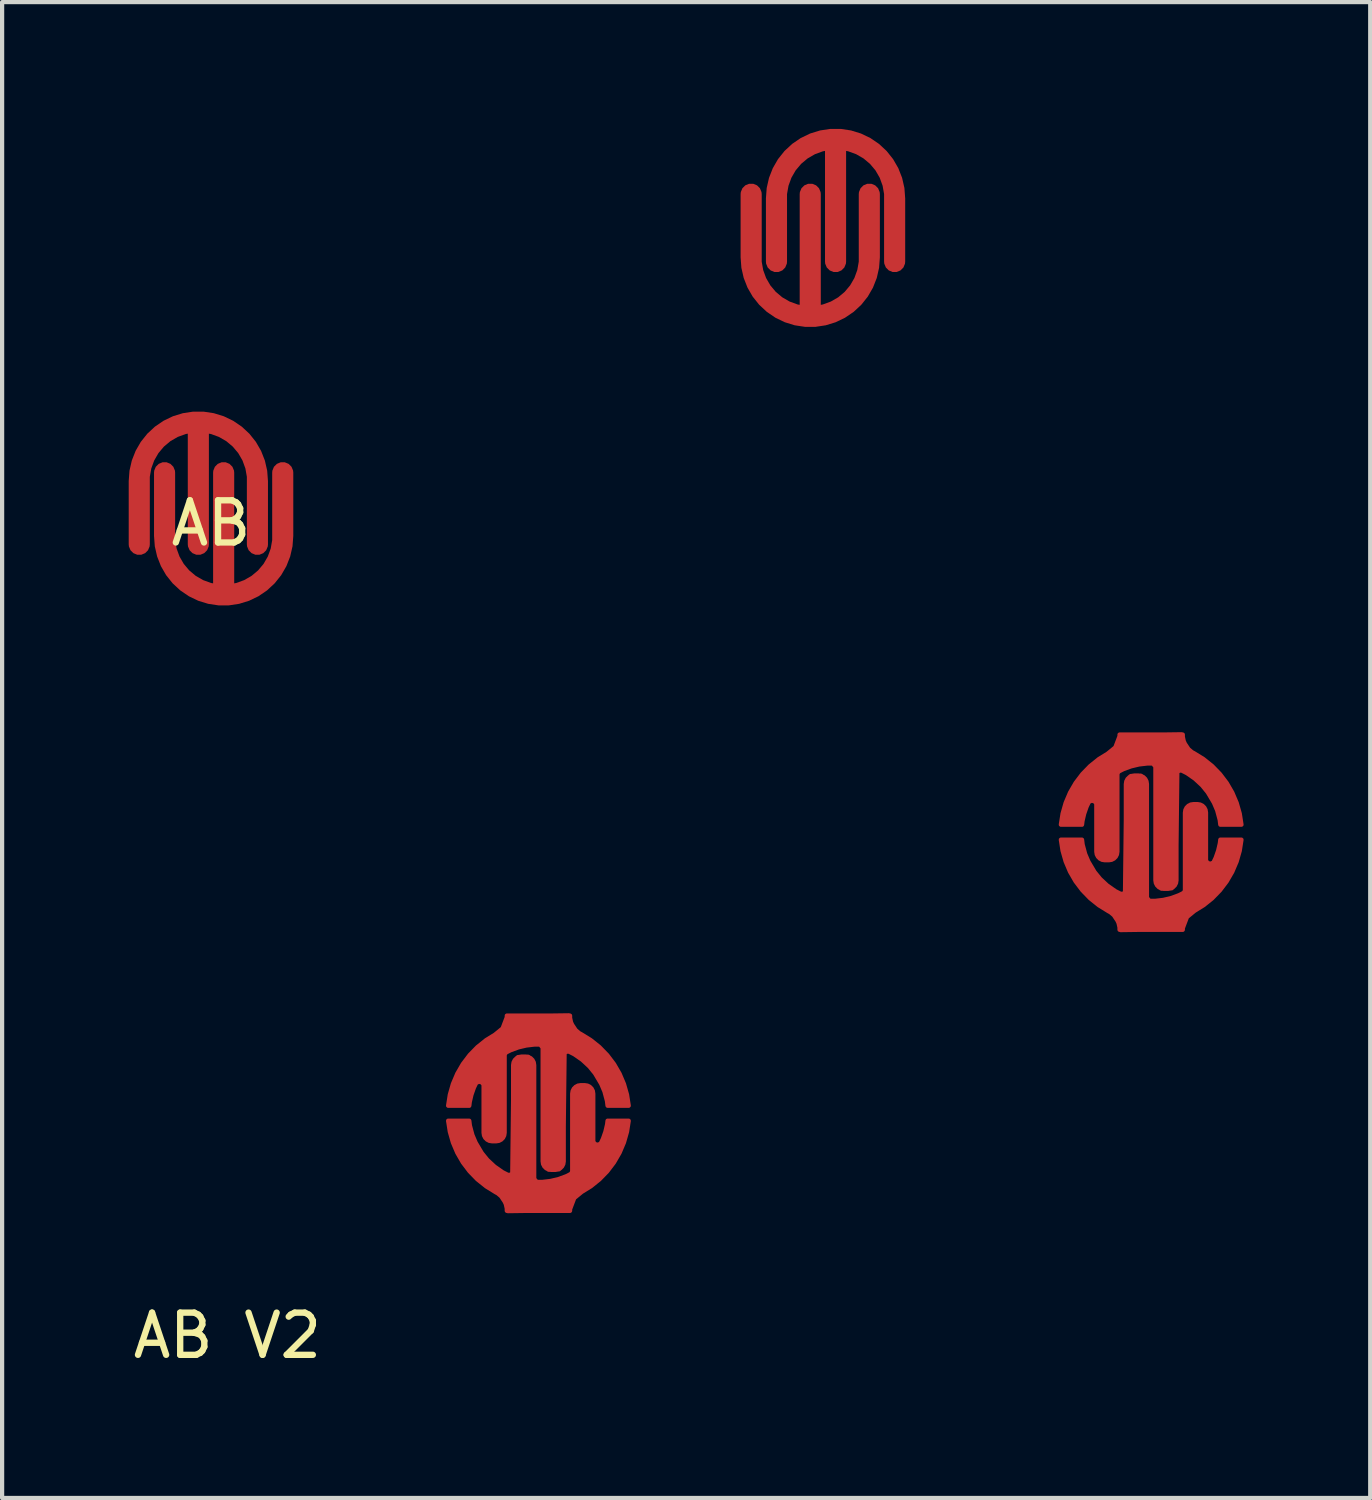
<source format=kicad_pcb>
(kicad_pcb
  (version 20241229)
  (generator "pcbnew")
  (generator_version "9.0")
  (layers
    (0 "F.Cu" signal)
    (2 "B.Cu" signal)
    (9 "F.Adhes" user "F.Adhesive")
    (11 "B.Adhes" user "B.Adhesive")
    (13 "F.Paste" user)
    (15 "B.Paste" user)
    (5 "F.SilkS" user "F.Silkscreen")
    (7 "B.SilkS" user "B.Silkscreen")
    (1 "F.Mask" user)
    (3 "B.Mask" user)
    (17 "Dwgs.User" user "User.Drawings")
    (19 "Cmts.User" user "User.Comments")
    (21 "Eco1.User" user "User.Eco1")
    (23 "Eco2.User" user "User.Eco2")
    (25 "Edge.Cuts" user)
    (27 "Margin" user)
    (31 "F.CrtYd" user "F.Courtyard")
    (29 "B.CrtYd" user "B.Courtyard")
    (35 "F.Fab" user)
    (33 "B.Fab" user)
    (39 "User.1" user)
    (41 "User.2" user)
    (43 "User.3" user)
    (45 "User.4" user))
  (footprint "AB V2"
    (layer "F.Cu")
    (at 9.709 23.32)
    (property "Reference" "AB V2" (at -7.37 5.28 0) (layer "F.SilkS") (effects (font (size 1 1) (thickness 0.15))))
    (attr through_hole)
    (pad "1" smd custom (at 14.62 -8.76 90) (size 0.5 0.5) (layers "F.Cu" "F.Mask" "F.Paste") (options (anchor circle)) (primitives (gr_poly (pts (xy -1.92 -2.22) (xy -1.21 -2.02) (xy -0.73 -1.72) (xy -0.47 -1.43) (xy -0.28 -1.17) (xy -0.1 -0.95) (xy 0.19 -0.84) (xy 0.21 0.63) (xy 0.03 0.67) (xy -0.21 0.83) (xy -0.51 1.28) (xy -0.97 1.69) (xy -1.48 1.93) (xy -1.89 2.01) (xy -1.92 1.92) (xy -1.92 1.55) (xy -1.52 1.45) (xy -1.03 1.16) (xy -0.67 0.73) (xy -0.62 0.6) (xy -0.68 0.52) (xy -3.29 0.49) (xy -3.44 0.39) (xy -3.45 0.14) (xy -3.33 0.02) (xy -0.58 0.02) (xy -0.47 -0.07) (xy -0.48 -0.4) (xy -0.63 -0.85) (xy -0.71 -0.92) (xy -2.61 -0.93) (xy -2.73 -1) (xy -2.76 -1.21) (xy -2.72 -1.32) (xy -2.64 -1.37) (xy -1.45 -1.37) (xy -1.34 -1.46) (xy -1.36 -1.58) (xy -1.67 -1.72) (xy -1.89 -1.75) (xy -1.93 -2.1)) (width 0.1) (fill yes)) (gr_line (start -1.933 1.538) (end -1.933 2.041) (width 0.1)) (gr_arc (start -0.482931 -0.099999) (mid -0.51222 -0.029288) (end -0.582931 0.000001) (width 0.1)) (gr_arc (start -1.424831 -1.590334) (mid -1.370171 -1.478015) (end -1.467725 -1.399999) (width 0.1)) (gr_arc (start -2.775193 -1.200001) (mid -2.716614 -1.341421) (end -2.575193 -1.399999) (width 0.1)) (gr_arc (start -3.452969 0.199999) (mid -3.39439 0.058579) (end -3.252969 0.000001) (width 0.1)) (gr_line (start -3.453 0.2) (end -3.453 0.3) (width 0.1)) (gr_arc (start 0.204123 -0.85) (mid -0.053078 -0.920991) (end -0.237147 -1.11415) (width 0.1)) (gr_arc (start -0.660164 -0.843946) (mid -0.527851 -0.482383) (end -0.482931 -0.099999) (width 0.1)) (gr_line (start -2.775 -1.2) (end -2.775 -1.1) (width 0.1)) (gr_line (start -2.575 -0.9) (end -0.75 -0.9) (width 0.1)) (gr_arc (start -1.934287 -1.737998) (mid -1.673574 -1.684768) (end -1.424808 -1.590322) (width 0.1)) (gr_line (start -3.253 0.5) (end -0.75 0.5) (width 0.1)) (gr_arc (start -0.23733 0.914495) (mid -0.053412 0.721193) (end 0.203733 0.650001) (width 0.1)) (gr_arc (start -0.749917 0.499999) (mid -0.664783 0.547671) (end -0.660778 0.645162) (width 0.1)) (gr_arc (start -3.25297 0.5) (mid -3.394391 0.441422) (end -3.452969 0.300001) (width 0.1)) (gr_arc (start -0.237461 0.914739) (mid -0.943527 1.691038) (end -1.932931 2.040678) (width 0.1)) (gr_arc (start -1.932267 -2.240614) (mid -0.942972 -1.890667) (end -0.237147 -1.11415) (width 0.1)) (gr_line (start -1.933 -1.738) (end -1.933 -2.241) (width 0.1)) (gr_arc (start -0.750081 -0.9) (mid -0.69767 -0.885215) (end -0.660778 -0.84516) (width 0.1)) (gr_line (start -0.583 0.000001) (end -3.253 0.000001) (width 0.1)) (gr_line (start -1.468 -1.4) (end -2.575 -1.4) (width 0.1)) (gr_arc (start -2.575194 -0.9) (mid -2.716615 -0.958578) (end -2.775193 -1.099999) (width 0.1)) (gr_line (start 0.204 -0.85) (end 0.204 0.65) (width 0.1)) (gr_arc (start -0.660657 0.644923) (mid -1.185066 1.250576) (end -1.932931 1.537835) (width 0.1))))
    (pad "2" smd custom (at 0.1 -2.1 90) (size 0.5 0.5) (layers "F.Cu" "F.Mask" "F.Paste") (options (anchor circle)) (primitives (gr_poly (pts (xy -1.92 -2.22) (xy -1.21 -2.02) (xy -0.73 -1.72) (xy -0.47 -1.43) (xy -0.28 -1.17) (xy -0.1 -0.95) (xy 0.19 -0.84) (xy 0.21 0.63) (xy 0.03 0.67) (xy -0.21 0.83) (xy -0.51 1.28) (xy -0.97 1.69) (xy -1.48 1.93) (xy -1.89 2.01) (xy -1.92 1.92) (xy -1.92 1.55) (xy -1.52 1.45) (xy -1.03 1.16) (xy -0.67 0.73) (xy -0.62 0.6) (xy -0.68 0.52) (xy -3.29 0.49) (xy -3.44 0.39) (xy -3.45 0.14) (xy -3.33 0.02) (xy -0.58 0.02) (xy -0.47 -0.07) (xy -0.48 -0.4) (xy -0.63 -0.85) (xy -0.71 -0.92) (xy -2.61 -0.93) (xy -2.73 -1) (xy -2.76 -1.21) (xy -2.72 -1.32) (xy -2.64 -1.37) (xy -1.45 -1.37) (xy -1.34 -1.46) (xy -1.36 -1.58) (xy -1.67 -1.72) (xy -1.89 -1.75) (xy -1.93 -2.1)) (width 0.1) (fill yes)) (gr_line (start -1.933 1.538) (end -1.933 2.041) (width 0.1)) (gr_arc (start -0.482931 -0.099999) (mid -0.51222 -0.029288) (end -0.582931 0.000001) (width 0.1)) (gr_arc (start -1.424831 -1.590334) (mid -1.370171 -1.478015) (end -1.467725 -1.399999) (width 0.1)) (gr_arc (start -2.775193 -1.200001) (mid -2.716614 -1.341421) (end -2.575193 -1.399999) (width 0.1)) (gr_arc (start -3.452969 0.199999) (mid -3.39439 0.058579) (end -3.252969 0.000001) (width 0.1)) (gr_line (start -3.453 0.2) (end -3.453 0.3) (width 0.1)) (gr_arc (start 0.204123 -0.85) (mid -0.053078 -0.920991) (end -0.237147 -1.11415) (width 0.1)) (gr_arc (start -0.660164 -0.843946) (mid -0.527851 -0.482383) (end -0.482931 -0.099999) (width 0.1)) (gr_line (start -2.775 -1.2) (end -2.775 -1.1) (width 0.1)) (gr_line (start -2.575 -0.9) (end -0.75 -0.9) (width 0.1)) (gr_arc (start -1.934287 -1.737998) (mid -1.673574 -1.684768) (end -1.424808 -1.590322) (width 0.1)) (gr_line (start -3.253 0.5) (end -0.75 0.5) (width 0.1)) (gr_arc (start -0.23733 0.914495) (mid -0.053412 0.721193) (end 0.203733 0.650001) (width 0.1)) (gr_arc (start -0.749917 0.499999) (mid -0.664783 0.547671) (end -0.660778 0.645162) (width 0.1)) (gr_arc (start -3.25297 0.5) (mid -3.394391 0.441422) (end -3.452969 0.300001) (width 0.1)) (gr_arc (start -0.237461 0.914739) (mid -0.943527 1.691038) (end -1.932931 2.040678) (width 0.1)) (gr_arc (start -1.932267 -2.240614) (mid -0.942972 -1.890667) (end -0.237147 -1.11415) (width 0.1)) (gr_line (start -1.933 -1.738) (end -1.933 -2.241) (width 0.1)) (gr_arc (start -0.750081 -0.9) (mid -0.69767 -0.885215) (end -0.660778 -0.84516) (width 0.1)) (gr_line (start -0.583 0.000001) (end -3.253 0.000001) (width 0.1)) (gr_line (start -1.468 -1.4) (end -2.575 -1.4) (width 0.1)) (gr_arc (start -2.575194 -0.9) (mid -2.716615 -0.958578) (end -2.775193 -1.099999) (width 0.1)) (gr_line (start 0.204 -0.85) (end 0.204 0.65) (width 0.1)) (gr_arc (start -0.660657 0.644923) (mid -1.185066 1.250576) (end -1.932931 1.537835) (width 0.1))))
    (pad "3" smd custom (at -0.1 2.12 270) (size 0.5 0.5) (layers "F.Cu" "F.Mask" "F.Paste") (options (anchor circle)) (primitives (gr_poly (pts (xy -1.92 -2.22) (xy -1.21 -2.02) (xy -0.73 -1.72) (xy -0.47 -1.43) (xy -0.28 -1.17) (xy -0.1 -0.95) (xy 0.19 -0.84) (xy 0.21 0.63) (xy 0.03 0.67) (xy -0.21 0.83) (xy -0.51 1.28) (xy -0.97 1.69) (xy -1.48 1.93) (xy -1.89 2.01) (xy -1.92 1.92) (xy -1.92 1.55) (xy -1.52 1.45) (xy -1.03 1.16) (xy -0.67 0.73) (xy -0.62 0.6) (xy -0.68 0.52) (xy -3.29 0.49) (xy -3.44 0.39) (xy -3.45 0.14) (xy -3.33 0.02) (xy -0.58 0.02) (xy -0.47 -0.07) (xy -0.48 -0.4) (xy -0.63 -0.85) (xy -0.71 -0.92) (xy -2.61 -0.93) (xy -2.73 -1) (xy -2.76 -1.21) (xy -2.72 -1.32) (xy -2.64 -1.37) (xy -1.45 -1.37) (xy -1.34 -1.46) (xy -1.36 -1.58) (xy -1.67 -1.72) (xy -1.89 -1.75) (xy -1.93 -2.1)) (width 0.1) (fill yes)) (gr_line (start -1.933 1.538) (end -1.933 2.041) (width 0.1)) (gr_arc (start -0.482931 -0.099999) (mid -0.51222 -0.029288) (end -0.582931 0.000001) (width 0.1)) (gr_arc (start -1.424831 -1.590334) (mid -1.370171 -1.478015) (end -1.467725 -1.399999) (width 0.1)) (gr_arc (start -2.775193 -1.200001) (mid -2.716614 -1.341421) (end -2.575193 -1.399999) (width 0.1)) (gr_arc (start -3.452969 0.199999) (mid -3.39439 0.058579) (end -3.252969 0.000001) (width 0.1)) (gr_line (start -3.453 0.2) (end -3.453 0.3) (width 0.1)) (gr_arc (start 0.204123 -0.85) (mid -0.053078 -0.920991) (end -0.237147 -1.11415) (width 0.1)) (gr_arc (start -0.660164 -0.843946) (mid -0.527851 -0.482383) (end -0.482931 -0.099999) (width 0.1)) (gr_line (start -2.775 -1.2) (end -2.775 -1.1) (width 0.1)) (gr_line (start -2.575 -0.9) (end -0.75 -0.9) (width 0.1)) (gr_arc (start -1.934287 -1.737998) (mid -1.673574 -1.684768) (end -1.424808 -1.590322) (width 0.1)) (gr_line (start -3.253 0.5) (end -0.75 0.5) (width 0.1)) (gr_arc (start -0.23733 0.914495) (mid -0.053412 0.721193) (end 0.203733 0.650001) (width 0.1)) (gr_arc (start -0.749917 0.499999) (mid -0.664783 0.547671) (end -0.660778 0.645162) (width 0.1)) (gr_arc (start -3.25297 0.5) (mid -3.394391 0.441422) (end -3.452969 0.300001) (width 0.1)) (gr_arc (start -0.237461 0.914739) (mid -0.943527 1.691038) (end -1.932931 2.040678) (width 0.1)) (gr_arc (start -1.932267 -2.240614) (mid -0.942972 -1.890667) (end -0.237147 -1.11415) (width 0.1)) (gr_line (start -1.933 -1.738) (end -1.933 -2.241) (width 0.1)) (gr_arc (start -0.750081 -0.9) (mid -0.69767 -0.885215) (end -0.660778 -0.84516) (width 0.1)) (gr_line (start -0.583 0.000001) (end -3.253 0.000001) (width 0.1)) (gr_line (start -1.468 -1.4) (end -2.575 -1.4) (width 0.1)) (gr_arc (start -2.575194 -0.9) (mid -2.716615 -0.958578) (end -2.775193 -1.099999) (width 0.1)) (gr_line (start 0.204 -0.85) (end 0.204 0.65) (width 0.1)) (gr_arc (start -0.660657 0.644923) (mid -1.185066 1.250576) (end -1.932931 1.537835) (width 0.1))))
    (pad "3" smd custom (at 14.42 -4.54 270) (size 0.5 0.5) (layers "F.Cu" "F.Mask" "F.Paste") (options (anchor circle)) (primitives (gr_poly (pts (xy -1.92 -2.22) (xy -1.21 -2.02) (xy -0.73 -1.72) (xy -0.47 -1.43) (xy -0.28 -1.17) (xy -0.1 -0.95) (xy 0.19 -0.84) (xy 0.21 0.63) (xy 0.03 0.67) (xy -0.21 0.83) (xy -0.51 1.28) (xy -0.97 1.69) (xy -1.48 1.93) (xy -1.89 2.01) (xy -1.92 1.92) (xy -1.92 1.55) (xy -1.52 1.45) (xy -1.03 1.16) (xy -0.67 0.73) (xy -0.62 0.6) (xy -0.68 0.52) (xy -3.29 0.49) (xy -3.44 0.39) (xy -3.45 0.14) (xy -3.33 0.02) (xy -0.58 0.02) (xy -0.47 -0.07) (xy -0.48 -0.4) (xy -0.63 -0.85) (xy -0.71 -0.92) (xy -2.61 -0.93) (xy -2.73 -1) (xy -2.76 -1.21) (xy -2.72 -1.32) (xy -2.64 -1.37) (xy -1.45 -1.37) (xy -1.34 -1.46) (xy -1.36 -1.58) (xy -1.67 -1.72) (xy -1.89 -1.75) (xy -1.93 -2.1)) (width 0.1) (fill yes)) (gr_line (start -1.933 1.538) (end -1.933 2.041) (width 0.1)) (gr_arc (start -0.482931 -0.099999) (mid -0.51222 -0.029288) (end -0.582931 0.000001) (width 0.1)) (gr_arc (start -1.424831 -1.590334) (mid -1.370171 -1.478015) (end -1.467725 -1.399999) (width 0.1)) (gr_arc (start -2.775193 -1.200001) (mid -2.716614 -1.341421) (end -2.575193 -1.399999) (width 0.1)) (gr_arc (start -3.452969 0.199999) (mid -3.39439 0.058579) (end -3.252969 0.000001) (width 0.1)) (gr_line (start -3.453 0.2) (end -3.453 0.3) (width 0.1)) (gr_arc (start 0.204123 -0.85) (mid -0.053078 -0.920991) (end -0.237147 -1.11415) (width 0.1)) (gr_arc (start -0.660164 -0.843946) (mid -0.527851 -0.482383) (end -0.482931 -0.099999) (width 0.1)) (gr_line (start -2.775 -1.2) (end -2.775 -1.1) (width 0.1)) (gr_line (start -2.575 -0.9) (end -0.75 -0.9) (width 0.1)) (gr_arc (start -1.934287 -1.737998) (mid -1.673574 -1.684768) (end -1.424808 -1.590322) (width 0.1)) (gr_line (start -3.253 0.5) (end -0.75 0.5) (width 0.1)) (gr_arc (start -0.23733 0.914495) (mid -0.053412 0.721193) (end 0.203733 0.650001) (width 0.1)) (gr_arc (start -0.749917 0.499999) (mid -0.664783 0.547671) (end -0.660778 0.645162) (width 0.1)) (gr_arc (start -3.25297 0.5) (mid -3.394391 0.441422) (end -3.452969 0.300001) (width 0.1)) (gr_arc (start -0.237461 0.914739) (mid -0.943527 1.691038) (end -1.932931 2.040678) (width 0.1)) (gr_arc (start -1.932267 -2.240614) (mid -0.942972 -1.890667) (end -0.237147 -1.11415) (width 0.1)) (gr_line (start -1.933 -1.738) (end -1.933 -2.241) (width 0.1)) (gr_arc (start -0.750081 -0.9) (mid -0.69767 -0.885215) (end -0.660778 -0.84516) (width 0.1)) (gr_line (start -0.583 0.000001) (end -3.253 0.000001) (width 0.1)) (gr_line (start -1.468 -1.4) (end -2.575 -1.4) (width 0.1)) (gr_arc (start -2.575194 -0.9) (mid -2.716615 -0.958578) (end -2.775193 -1.099999) (width 0.1)) (gr_line (start 0.204 -0.85) (end 0.204 0.65) (width 0.1)) (gr_arc (start -0.660657 0.644923) (mid -1.185066 1.250576) (end -1.932931 1.537835) (width 0.1)))))
  (footprint "AB"
    (layer "F.Cu")
    (at 1.95 8.85)
    (property "Reference" "AB" (at 0 0.5 0) (layer "F.SilkS") (effects (font (size 1 1) (thickness 0.15))))
    (attr through_hole)
    (pad "1" smd custom (at -0.3 -1.9 180) (size 0.5 0.5) (layers "F.Cu" "F.Mask" "F.Paste") (options (anchor circle)) (primitives (gr_line (start 0 -2.9) (end 0 0) (width 0.5)) (gr_line (start -1.4 -2.9) (end -1.4 -1.4) (width 0.5)) (gr_arc (start 1.4 -1.4) (mid 0 0) (end -1.4 -1.4) (width 0.5)) (gr_line (start 1.4 -2.9) (end 1.4 -1.4) (width 0.5))))
    (pad "2" smd custom (at 14.8 -8.6 180) (size 0.5 0.5) (layers "F.Cu" "F.Mask" "F.Paste") (options (anchor circle)) (primitives (gr_line (start 0 -2.9) (end 0 0) (width 0.5)) (gr_line (start -1.4 -2.9) (end -1.4 -1.4) (width 0.5)) (gr_arc (start 1.4 -1.4) (mid 0 0) (end -1.4 -1.4) (width 0.5)) (gr_line (start 1.4 -2.9) (end 1.4 -1.4) (width 0.5))))
    (pad "3" smd custom (at 0.3 2.2) (size 0.5 0.5) (layers "F.Cu" "F.Mask" "F.Paste") (options (anchor circle)) (primitives (gr_line (start 0 -2.9) (end 0 0) (width 0.5)) (gr_line (start -1.4 -2.9) (end -1.4 -1.4) (width 0.5)) (gr_arc (start 1.4 -1.4) (mid 0 0) (end -1.4 -1.4) (width 0.5)) (gr_line (start 1.4 -2.9) (end 1.4 -1.4) (width 0.5))))
    (pad "3" smd custom (at 14.2 -4.4) (size 0.5 0.5) (layers "F.Cu" "F.Mask" "F.Paste") (options (anchor circle)) (primitives (gr_line (start 0 -2.9) (end 0 0) (width 0.5)) (gr_line (start -1.4 -2.9) (end -1.4 -1.4) (width 0.5)) (gr_arc (start 1.4 -1.4) (mid 0 0) (end -1.4 -1.4) (width 0.5)) (gr_line (start 1.4 -2.9) (end 1.4 -1.4) (width 0.5)))))
  (gr_rect
    (start -3 -3)
    (end 29.42 32.448)
    (stroke (width 0.1) (type default))
    (fill no)
    (layer "Edge.Cuts")))
</source>
